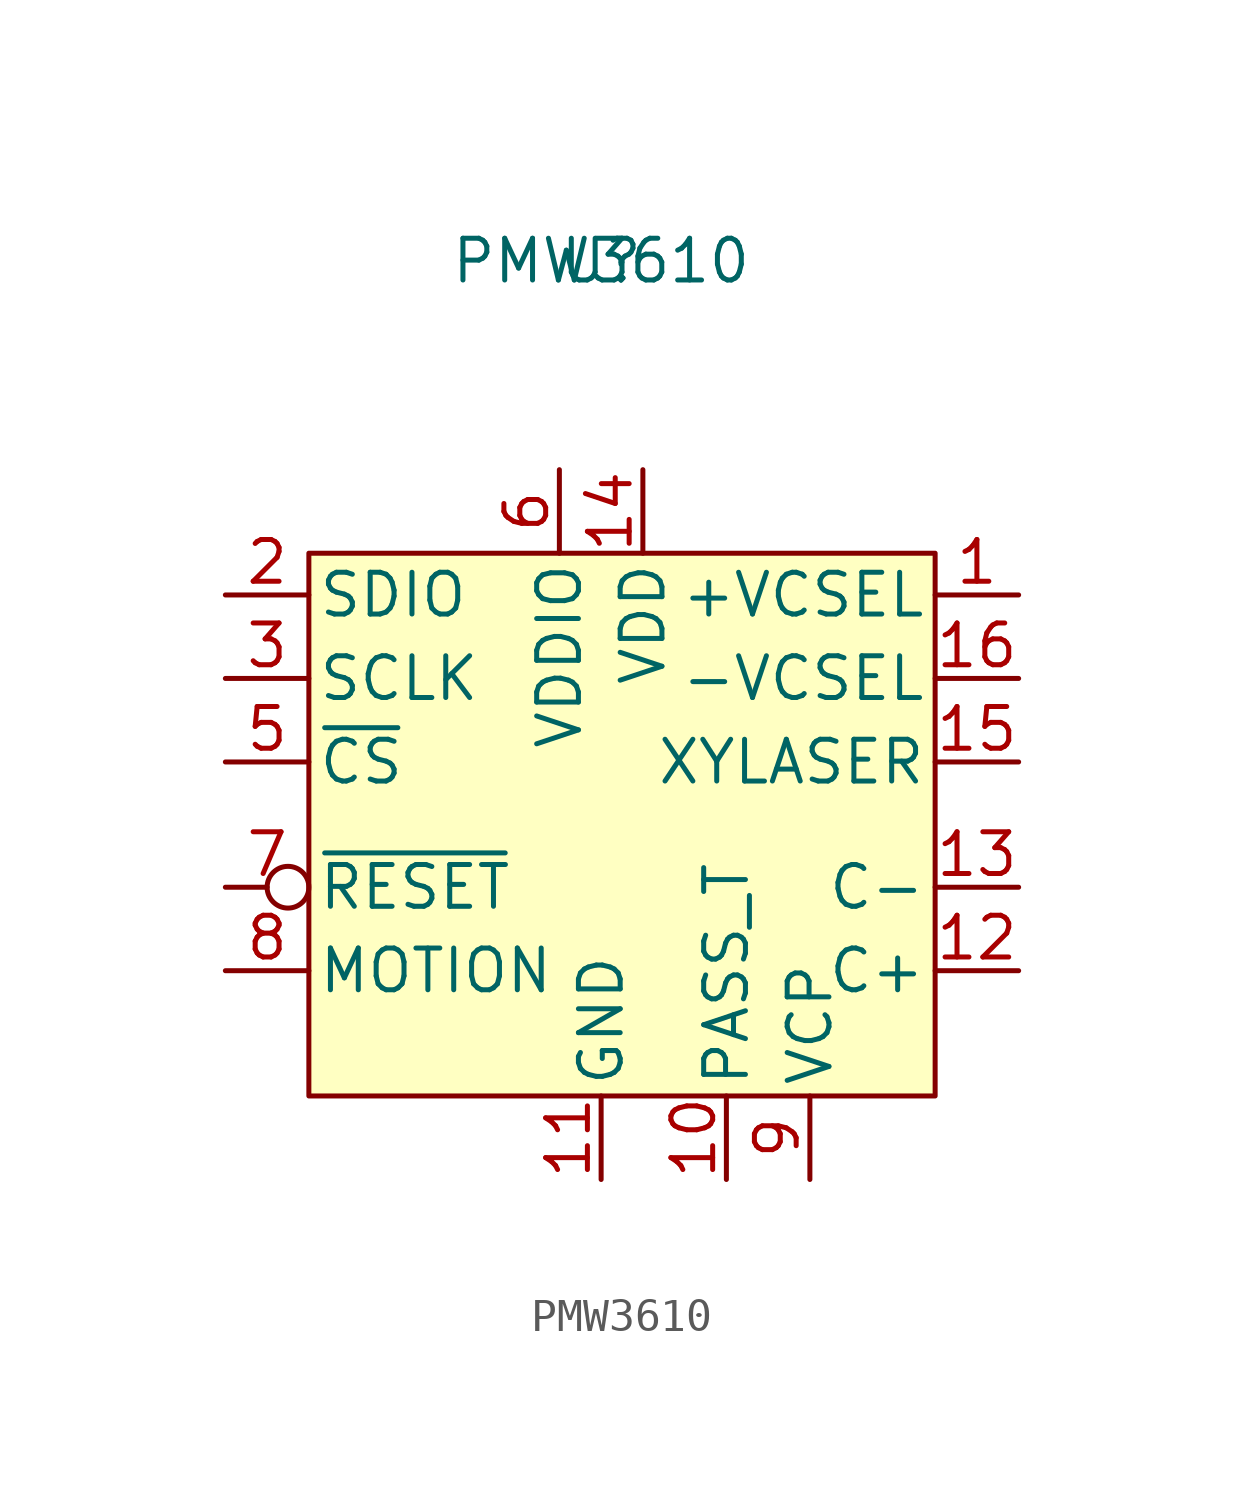
<source format=kicad_sym>
(kicad_symbol_lib
  (version 20211014)
  (generator kicad_symbol_editor)
  (symbol "PMW3610"
    (pin_names
      (offset 0.254))
    (property "Reference" "U"
      (at 0 17.78 0)
      (effects (font (size 1.27 1.27))))
    (property "Value" "PMW3610"
      (at 0 17.78 0)
      (effects (font (size 1.27 1.27))))
    (symbol "PMW3610_0_1"
      (rectangle (start -8.89 8.89) (end 10.16 -7.62) (stroke (width 0.152) (type default) (color 0 0 0 0)) (fill (type background))))
    (symbol "PMW3610_1_1"
      (pin power_in line (at 12.7 7.62 180) (length 2.54) (name "+VCSEL" (effects (font (size 1.27 1.27)))) (number "1" (effects (font (size 1.27 1.27)))))
      (pin power_in line (at 3.81 -10.16 90) (length 2.54) (name "PASS_T" (effects (font (size 1.27 1.27)))) (number "10" (effects (font (size 1.27 1.27)))))
      (pin power_in line (at 0 -10.16 90) (length 2.54) (name "GND" (effects (font (size 1.27 1.27)))) (number "11" (effects (font (size 1.27 1.27)))))
      (pin passive line (at 12.7 -3.81 180) (length 2.54) (name "C+" (effects (font (size 1.27 1.27)))) (number "12" (effects (font (size 1.27 1.27)))))
      (pin passive line (at 12.7 -1.27 180) (length 2.54) (name "C-" (effects (font (size 1.27 1.27)))) (number "13" (effects (font (size 1.27 1.27)))))
      (pin power_in line (at 1.27 11.43 270) (length 2.54) (name "VDD" (effects (font (size 1.27 1.27)))) (number "14" (effects (font (size 1.27 1.27)))))
      (pin power_in line (at 12.7 2.54 180) (length 2.54) (name "XYLASER" (effects (font (size 1.27 1.27)))) (number "15" (effects (font (size 1.27 1.27)))))
      (pin power_in line (at 12.7 5.08 180) (length 2.54) (name "-VCSEL" (effects (font (size 1.27 1.27)))) (number "16" (effects (font (size 1.27 1.27)))))
      (pin bidirectional line (at -11.43 7.62 0) (length 2.54) (name "SDIO" (effects (font (size 1.27 1.27)))) (number "2" (effects (font (size 1.27 1.27)))))
      (pin input line (at -11.43 5.08 0) (length 2.54) (name "SCLK" (effects (font (size 1.27 1.27)))) (number "3" (effects (font (size 1.27 1.27)))))
      (pin input line (at -11.43 2.54 0) (length 2.54) (name "~{CS}" (effects (font (size 1.27 1.27)))) (number "5" (effects (font (size 1.27 1.27)))))
      (pin power_in line (at -1.27 11.43 270) (length 2.54) (name "VDDIO" (effects (font (size 1.27 1.27)))) (number "6" (effects (font (size 1.27 1.27)))))
      (pin input inverted (at -11.43 -1.27 0) (length 2.54) (name "~{RESET}" (effects (font (size 1.27 1.27)))) (number "7" (effects (font (size 1.27 1.27)))))
      (pin output line (at -11.43 -3.81 0) (length 2.54) (name "MOTION" (effects (font (size 1.27 1.27)))) (number "8" (effects (font (size 1.27 1.27)))))
      (pin passive line (at 6.35 -10.16 90) (length 2.54) (name "VCP" (effects (font (size 1.27 1.27)))) (number "9" (effects (font (size 1.27 1.27))))))))
</source>
